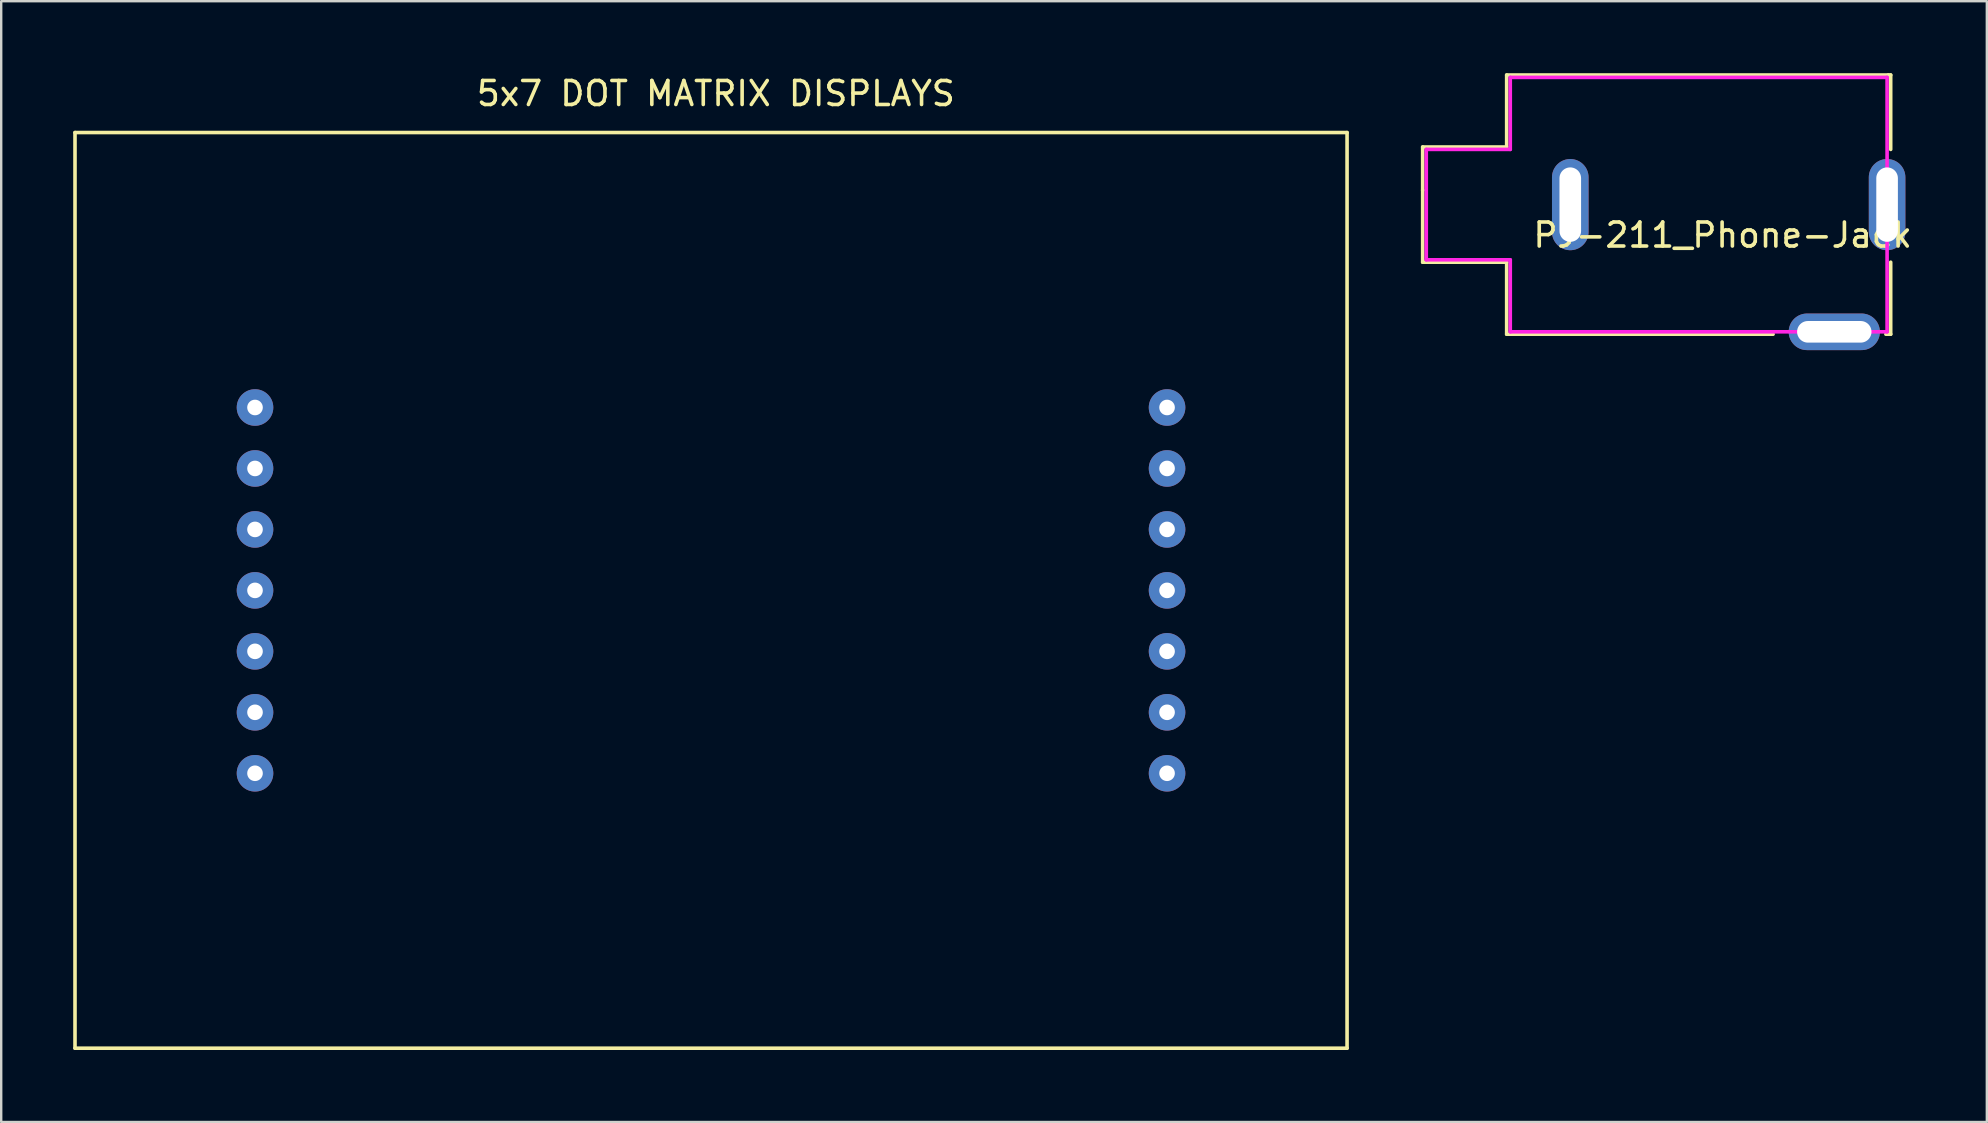
<source format=kicad_pcb>
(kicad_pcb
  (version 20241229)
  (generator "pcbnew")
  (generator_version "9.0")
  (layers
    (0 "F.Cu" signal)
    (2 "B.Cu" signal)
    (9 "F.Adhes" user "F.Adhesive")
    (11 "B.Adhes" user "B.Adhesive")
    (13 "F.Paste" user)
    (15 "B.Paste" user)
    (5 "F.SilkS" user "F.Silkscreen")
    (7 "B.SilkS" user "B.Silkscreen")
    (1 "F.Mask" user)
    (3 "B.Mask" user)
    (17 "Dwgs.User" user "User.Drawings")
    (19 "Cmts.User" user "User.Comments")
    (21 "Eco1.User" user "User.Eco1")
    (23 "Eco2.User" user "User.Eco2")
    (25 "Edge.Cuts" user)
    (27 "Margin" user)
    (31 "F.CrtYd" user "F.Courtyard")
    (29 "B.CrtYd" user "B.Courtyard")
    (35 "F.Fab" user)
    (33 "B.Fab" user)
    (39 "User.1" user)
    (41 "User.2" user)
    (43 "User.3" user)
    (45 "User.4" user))
  (footprint "PJ-211_Phone-Jack"
    (layer "F.Cu")
    (at 68.725 5.475)
    (property "Reference" "PJ-211_Phone-Jack" (at 0 1.27 0) (layer "F.SilkS") (effects (font (size 1 1) (thickness 0.15))))
    (attr through_hole)
    (fp_line (start -12.5 -2.4) (end -9 -2.4) (stroke (width 0.15) (type solid)) (layer "F.SilkS"))
    (fp_line (start -12.5 -0.6) (end -12.5 -2.4) (stroke (width 0.15) (type solid)) (layer "F.SilkS"))
    (fp_line (start -12.5 2.4) (end -12.5 -0.6) (stroke (width 0.15) (type solid)) (layer "F.SilkS"))
    (fp_line (start -9 -5.4) (end 6.9 -5.4) (stroke (width 0.15) (type solid)) (layer "F.SilkS"))
    (fp_line (start -9 -2.4) (end -9 -5.4) (stroke (width 0.15) (type solid)) (layer "F.SilkS"))
    (fp_line (start -9 2.4) (end -12.5 2.4) (stroke (width 0.15) (type solid)) (layer "F.SilkS"))
    (fp_line (start -9 5.4) (end -9 2.4) (stroke (width 0.15) (type solid)) (layer "F.SilkS"))
    (fp_line (start -9 5.4) (end 2.1 5.4) (stroke (width 0.15) (type solid)) (layer "F.SilkS"))
    (fp_line (start 6.8 5.4) (end 7 5.4) (stroke (width 0.15) (type solid)) (layer "F.SilkS"))
    (fp_line (start 6.9 -5.4) (end 7 -5.4) (stroke (width 0.15) (type solid)) (layer "F.SilkS"))
    (fp_line (start 7 -2.3) (end 7 -5.4) (stroke (width 0.15) (type solid)) (layer "F.SilkS"))
    (fp_line (start 7 5.4) (end 7 2.4) (stroke (width 0.15) (type solid)) (layer "F.SilkS"))
    (fp_line (start -12.35 -2.3) (end -8.85 -2.3) (stroke (width 0.15) (type solid)) (layer "F.CrtYd"))
    (fp_line (start -12.35 2.3) (end -12.35 -2.3) (stroke (width 0.15) (type solid)) (layer "F.CrtYd"))
    (fp_line (start -8.85 -5.3) (end -8.85 -2.3) (stroke (width 0.15) (type solid)) (layer "F.CrtYd"))
    (fp_line (start -8.85 -5.3) (end 6.85 -5.3) (stroke (width 0.15) (type solid)) (layer "F.CrtYd"))
    (fp_line (start -8.85 2.3) (end -12.35 2.3) (stroke (width 0.15) (type solid)) (layer "F.CrtYd"))
    (fp_line (start -8.85 2.3) (end -8.85 5.3) (stroke (width 0.15) (type solid)) (layer "F.CrtYd"))
    (fp_line (start -8.85 5.3) (end 6.85 5.3) (stroke (width 0.15) (type solid)) (layer "F.CrtYd"))
    (fp_line (start 6.85 -5.3) (end 6.85 5.3) (stroke (width 0.15) (type solid)) (layer "F.CrtYd"))
    (pad "1" thru_hole oval (at -6.35 0 90) (size 3.8 1.524) (drill oval 3.1 0.9) (layers "*.Cu" "*.Mask"))
    (pad "2" thru_hole oval (at 6.85 0 90) (size 3.8 1.524) (drill oval 3.1 0.9) (layers "*.Cu" "*.Mask"))
    (pad "3" thru_hole oval (at 4.65 5.3) (size 3.8 1.524) (drill oval 3.1 0.9) (layers "*.Cu" "*.Mask")))
  (footprint "5x7 DOT MATRIX DISPLAYS"
    (layer "F.Cu")
    (at 26.575 21.548)
    (property "Reference" "5x7 DOT MATRIX DISPLAYS" (at 0.2 -20.7 0) (layer "F.SilkS") (effects (font (size 1 1) (thickness 0.15))))
    (attr through_hole)
    (fp_line (start -26.5 -19.075) (end 26.5 -19.075) (stroke (width 0.15) (type solid)) (layer "F.SilkS"))
    (fp_line (start -26.5 19.075) (end -26.5 -19.075) (stroke (width 0.15) (type solid)) (layer "F.SilkS"))
    (fp_line (start -26.5 19.075) (end 26.5 19.075) (stroke (width 0.15) (type solid)) (layer "F.SilkS"))
    (fp_line (start 26.5 -19.075) (end 26.5 19.075) (stroke (width 0.15) (type solid)) (layer "F.SilkS"))
    (pad "1" thru_hole circle (at -19 7.62) (size 1.524 1.524) (drill 0.65) (layers "*.Cu" "*.Mask"))
    (pad "2" thru_hole circle (at -19 5.08) (size 1.524 1.524) (drill 0.65) (layers "*.Cu" "*.Mask"))
    (pad "3" thru_hole circle (at -19 2.54) (size 1.524 1.524) (drill 0.65) (layers "*.Cu" "*.Mask"))
    (pad "4" thru_hole circle (at -19 0) (size 1.524 1.524) (drill 0.65) (layers "*.Cu" "*.Mask"))
    (pad "5" thru_hole circle (at -19 -2.54) (size 1.524 1.524) (drill 0.65) (layers "*.Cu" "*.Mask"))
    (pad "6" thru_hole circle (at -19 -5.08) (size 1.524 1.524) (drill 0.65) (layers "*.Cu" "*.Mask"))
    (pad "7" thru_hole circle (at -19 -7.62) (size 1.524 1.524) (drill 0.65) (layers "*.Cu" "*.Mask"))
    (pad "8" thru_hole circle (at 19 -7.62) (size 1.524 1.524) (drill 0.65) (layers "*.Cu" "*.Mask"))
    (pad "9" thru_hole circle (at 19 -5.08) (size 1.524 1.524) (drill 0.65) (layers "*.Cu" "*.Mask"))
    (pad "10" thru_hole circle (at 19 -2.54) (size 1.524 1.524) (drill 0.65) (layers "*.Cu" "*.Mask"))
    (pad "11" thru_hole circle (at 19 0) (size 1.524 1.524) (drill 0.65) (layers "*.Cu" "*.Mask"))
    (pad "12" thru_hole circle (at 19 2.54) (size 1.524 1.524) (drill 0.65) (layers "*.Cu" "*.Mask"))
    (pad "13" thru_hole circle (at 19 5.08) (size 1.524 1.524) (drill 0.65) (layers "*.Cu" "*.Mask"))
    (pad "14" thru_hole circle (at 19 7.62) (size 1.524 1.524) (drill 0.65) (layers "*.Cu" "*.Mask")))
  (gr_rect
    (start -3 -3)
    (end 79.731 43.698)
    (stroke (width 0.1) (type default))
    (fill no)
    (layer "Edge.Cuts")))
</source>
